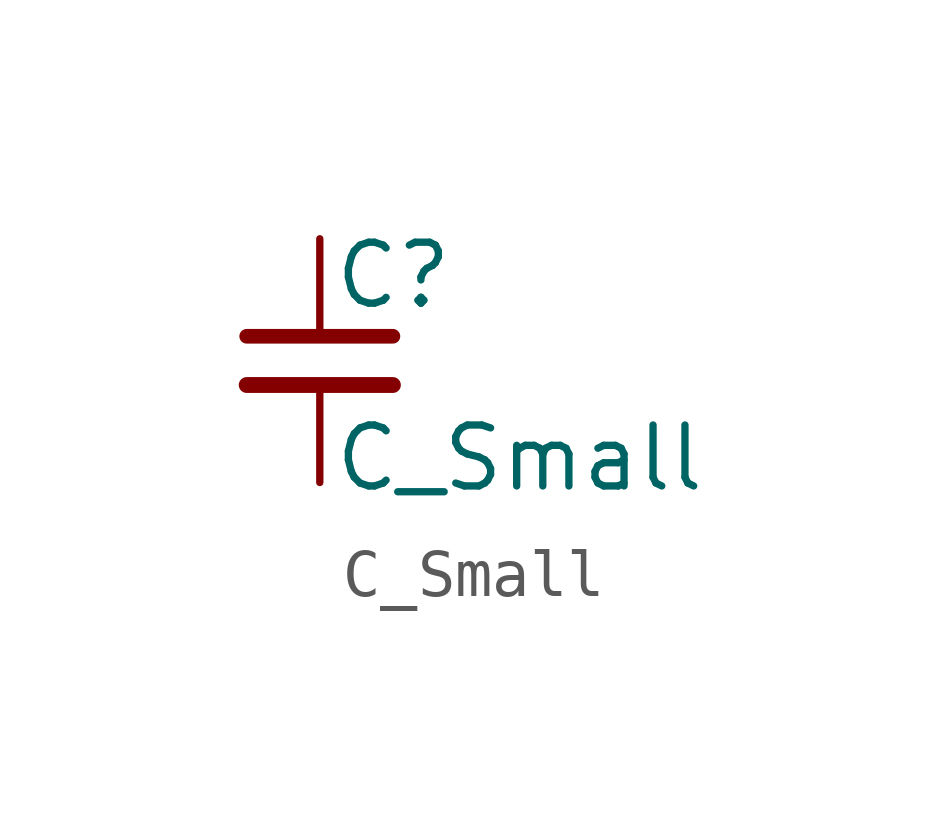
<source format=kicad_sym>
(kicad_symbol_lib
  (version 20241209)
  (generator "kicad_symbol_editor")
  (generator_version "9.0")
  (symbol "C_Small"
    (pin_numbers
      (hide yes))
    (pin_names
      (offset 0.254)
      (hide yes))
    (property "Reference" "C"
      (at 0.254 1.778 0)
      (effects (font (size 1.27 1.27)) (justify left)))
    (property "Value" "C_Small"
      (at 0.254 -2.032 0)
      (effects (font (size 1.27 1.27)) (justify left)))
    (symbol "C_Small_0_1"
      (polyline (pts (xy -1.524 0.508) (xy 1.524 0.508)) (stroke (width 0.305) (type solid)) (fill (type none)))
      (polyline (pts (xy -1.524 -0.508) (xy 1.524 -0.508)) (stroke (width 0.33) (type solid)) (fill (type none))))
    (symbol "C_Small_1_1"
      (pin passive line (at 0 2.54 270) (length 2.032) (name "~" (effects (font (size 1.27 1.27)))) (number "1" (effects (font (size 1.27 1.27)))))
      (pin passive line (at 0 -2.54 90) (length 2.032) (name "~" (effects (font (size 1.27 1.27)))) (number "2" (effects (font (size 1.27 1.27))))))))
</source>
